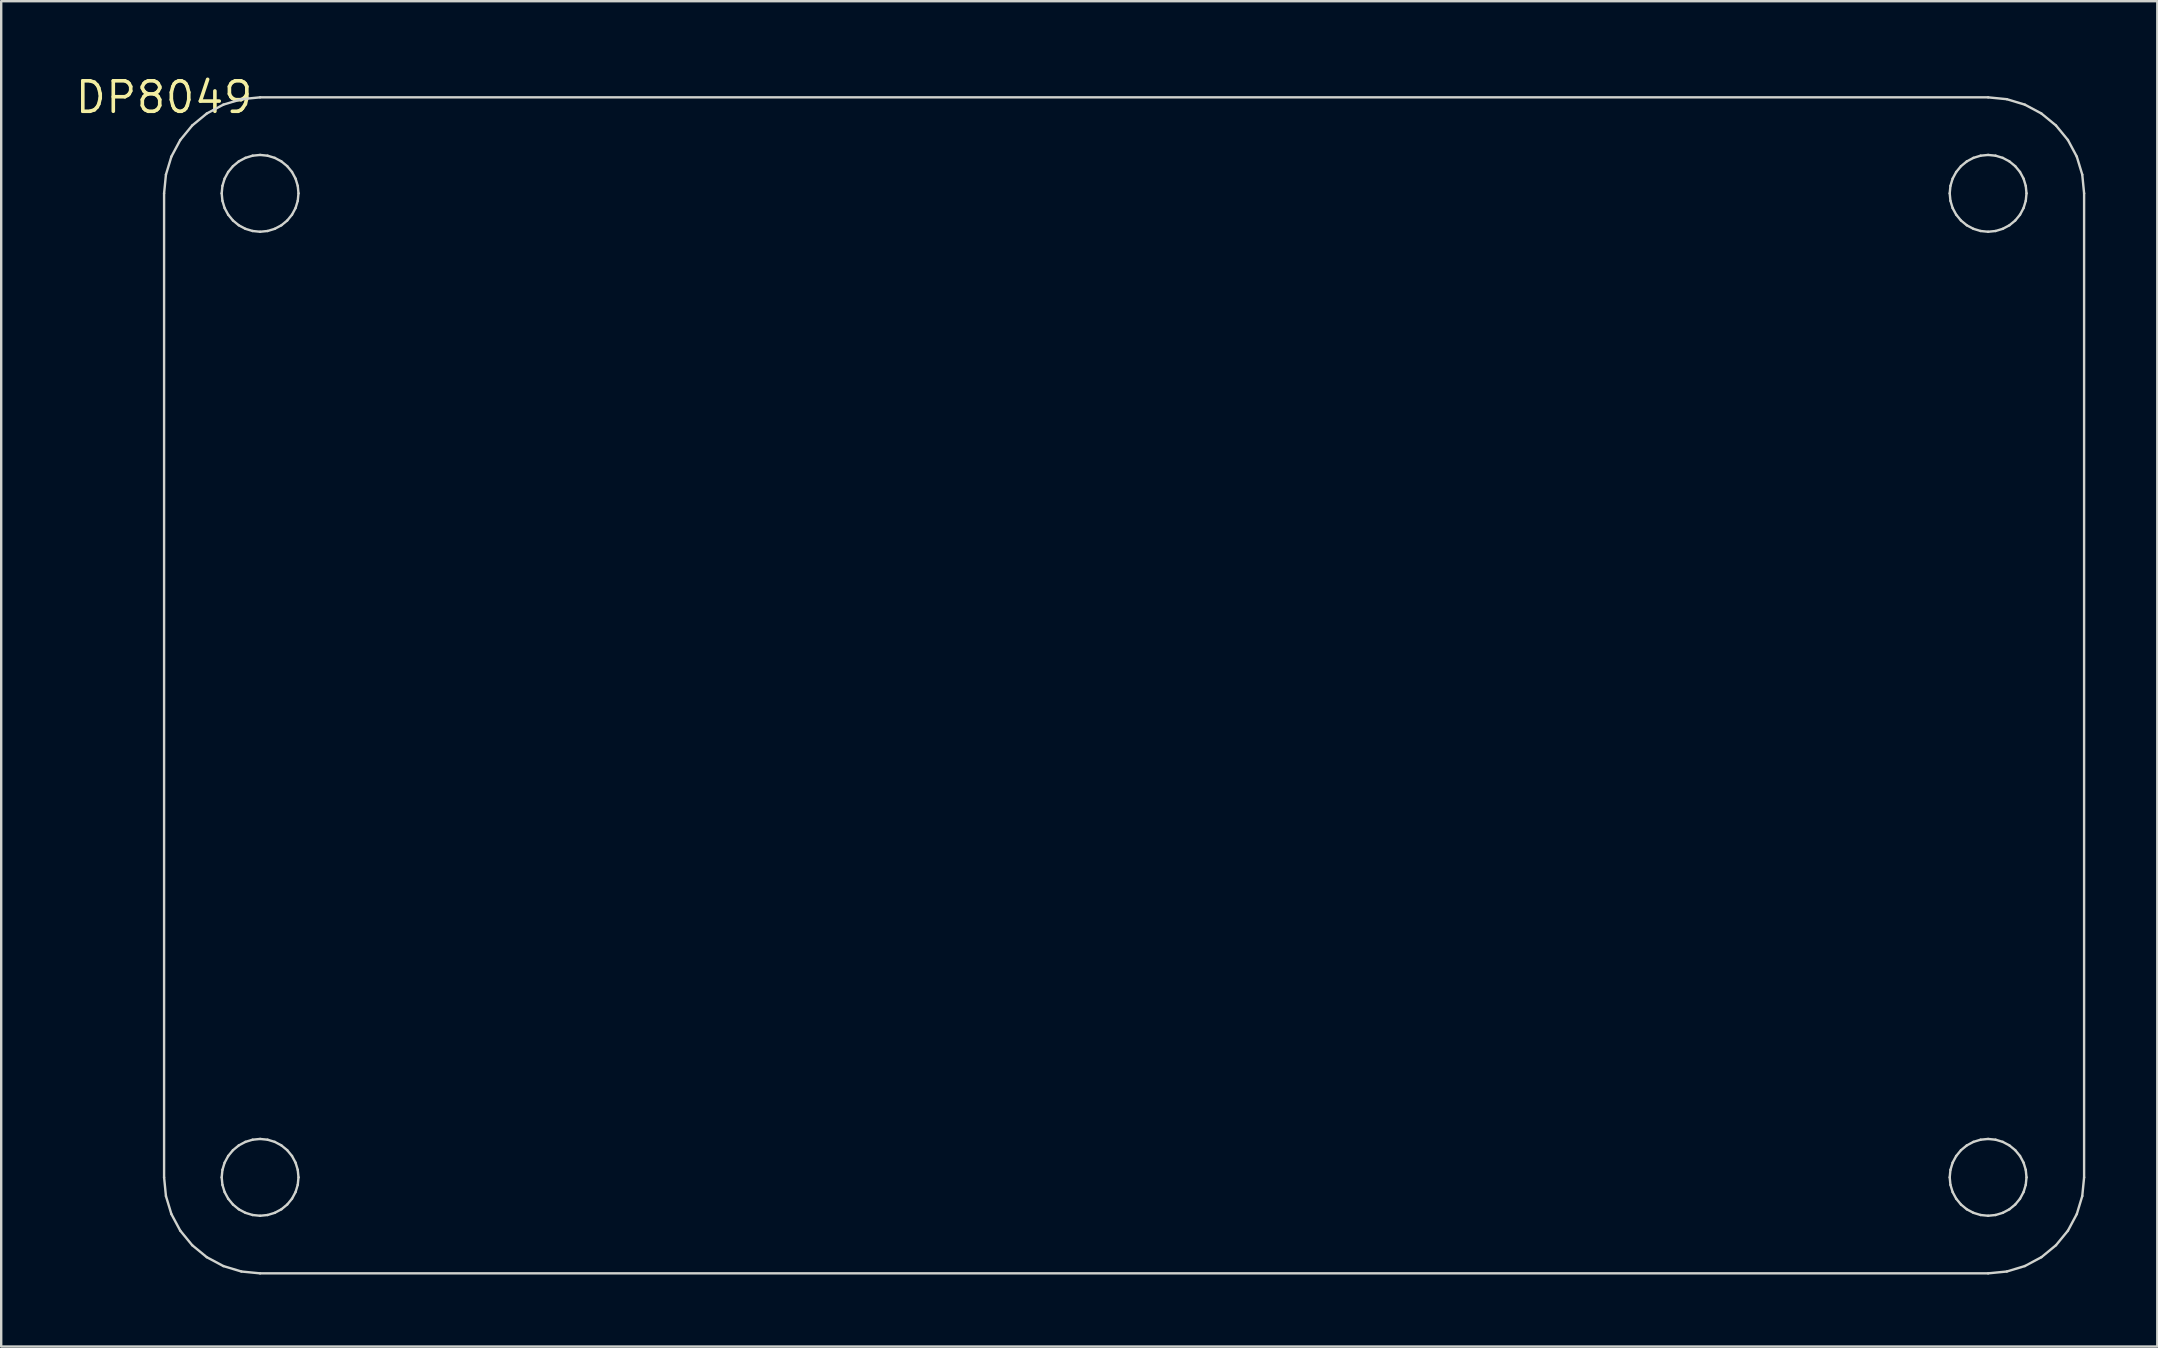
<source format=kicad_pcb>
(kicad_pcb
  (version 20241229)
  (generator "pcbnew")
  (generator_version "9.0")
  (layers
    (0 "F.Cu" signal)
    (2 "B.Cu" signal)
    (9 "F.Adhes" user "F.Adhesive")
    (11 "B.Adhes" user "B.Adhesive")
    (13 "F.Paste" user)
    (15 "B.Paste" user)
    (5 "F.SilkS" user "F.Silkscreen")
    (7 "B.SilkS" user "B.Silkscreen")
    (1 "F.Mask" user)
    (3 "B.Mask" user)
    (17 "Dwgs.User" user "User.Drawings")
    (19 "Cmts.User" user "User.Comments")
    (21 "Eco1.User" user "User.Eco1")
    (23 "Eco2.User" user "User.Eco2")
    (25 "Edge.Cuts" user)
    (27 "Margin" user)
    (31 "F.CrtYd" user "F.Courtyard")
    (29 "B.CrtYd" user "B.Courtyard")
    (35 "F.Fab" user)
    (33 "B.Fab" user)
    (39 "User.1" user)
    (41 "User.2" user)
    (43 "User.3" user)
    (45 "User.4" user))
  (footprint "DP8049"
    (layer "F.Cu")
    (at 3.787 1.006)
    (property "Reference" "DP8049" (at 0 0 0) (layer "F.SilkS") (effects (font (size 1.27 1.27) (thickness 0.15))))
    (attr through_hole)
    (fp_line (start 0 4) (end 0.077 3.22) (stroke (width 0.1) (type solid)) (layer "Edge.Cuts"))
    (fp_line (start 0 45) (end 0 4) (stroke (width 0.1) (type solid)) (layer "Edge.Cuts"))
    (fp_line (start 0.077 3.22) (end 0.304 2.469) (stroke (width 0.1) (type solid)) (layer "Edge.Cuts"))
    (fp_line (start 0.077 45.78) (end 0 45) (stroke (width 0.1) (type solid)) (layer "Edge.Cuts"))
    (fp_line (start 0.304 2.469) (end 0.674 1.778) (stroke (width 0.1) (type solid)) (layer "Edge.Cuts"))
    (fp_line (start 0.304 46.531) (end 0.077 45.78) (stroke (width 0.1) (type solid)) (layer "Edge.Cuts"))
    (fp_line (start 0.674 1.778) (end 1.172 1.172) (stroke (width 0.1) (type solid)) (layer "Edge.Cuts"))
    (fp_line (start 0.674 47.222) (end 0.304 46.531) (stroke (width 0.1) (type solid)) (layer "Edge.Cuts"))
    (fp_line (start 1.172 1.172) (end 1.778 0.674) (stroke (width 0.1) (type solid)) (layer "Edge.Cuts"))
    (fp_line (start 1.172 47.828) (end 0.674 47.222) (stroke (width 0.1) (type solid)) (layer "Edge.Cuts"))
    (fp_line (start 1.778 0.674) (end 2.469 0.304) (stroke (width 0.1) (type solid)) (layer "Edge.Cuts"))
    (fp_line (start 1.778 48.326) (end 1.172 47.828) (stroke (width 0.1) (type solid)) (layer "Edge.Cuts"))
    (fp_line (start 2.4 4) (end 2.431 4.312) (stroke (width 0.1) (type solid)) (layer "Edge.Cuts"))
    (fp_line (start 2.4 45) (end 2.431 45.312) (stroke (width 0.1) (type solid)) (layer "Edge.Cuts"))
    (fp_line (start 2.431 3.688) (end 2.4 4) (stroke (width 0.1) (type solid)) (layer "Edge.Cuts"))
    (fp_line (start 2.431 4.312) (end 2.522 4.612) (stroke (width 0.1) (type solid)) (layer "Edge.Cuts"))
    (fp_line (start 2.431 44.688) (end 2.4 45) (stroke (width 0.1) (type solid)) (layer "Edge.Cuts"))
    (fp_line (start 2.431 45.312) (end 2.522 45.612) (stroke (width 0.1) (type solid)) (layer "Edge.Cuts"))
    (fp_line (start 2.469 0.304) (end 3.22 0.077) (stroke (width 0.1) (type solid)) (layer "Edge.Cuts"))
    (fp_line (start 2.469 48.696) (end 1.778 48.326) (stroke (width 0.1) (type solid)) (layer "Edge.Cuts"))
    (fp_line (start 2.522 3.388) (end 2.431 3.688) (stroke (width 0.1) (type solid)) (layer "Edge.Cuts"))
    (fp_line (start 2.522 4.612) (end 2.67 4.889) (stroke (width 0.1) (type solid)) (layer "Edge.Cuts"))
    (fp_line (start 2.522 44.388) (end 2.431 44.688) (stroke (width 0.1) (type solid)) (layer "Edge.Cuts"))
    (fp_line (start 2.522 45.612) (end 2.67 45.889) (stroke (width 0.1) (type solid)) (layer "Edge.Cuts"))
    (fp_line (start 2.67 3.111) (end 2.522 3.388) (stroke (width 0.1) (type solid)) (layer "Edge.Cuts"))
    (fp_line (start 2.67 4.889) (end 2.869 5.131) (stroke (width 0.1) (type solid)) (layer "Edge.Cuts"))
    (fp_line (start 2.67 44.111) (end 2.522 44.388) (stroke (width 0.1) (type solid)) (layer "Edge.Cuts"))
    (fp_line (start 2.67 45.889) (end 2.869 46.131) (stroke (width 0.1) (type solid)) (layer "Edge.Cuts"))
    (fp_line (start 2.869 2.869) (end 2.67 3.111) (stroke (width 0.1) (type solid)) (layer "Edge.Cuts"))
    (fp_line (start 2.869 5.131) (end 3.111 5.33) (stroke (width 0.1) (type solid)) (layer "Edge.Cuts"))
    (fp_line (start 2.869 43.869) (end 2.67 44.111) (stroke (width 0.1) (type solid)) (layer "Edge.Cuts"))
    (fp_line (start 2.869 46.131) (end 3.111 46.33) (stroke (width 0.1) (type solid)) (layer "Edge.Cuts"))
    (fp_line (start 3.111 2.67) (end 2.869 2.869) (stroke (width 0.1) (type solid)) (layer "Edge.Cuts"))
    (fp_line (start 3.111 5.33) (end 3.388 5.478) (stroke (width 0.1) (type solid)) (layer "Edge.Cuts"))
    (fp_line (start 3.111 43.67) (end 2.869 43.869) (stroke (width 0.1) (type solid)) (layer "Edge.Cuts"))
    (fp_line (start 3.111 46.33) (end 3.388 46.478) (stroke (width 0.1) (type solid)) (layer "Edge.Cuts"))
    (fp_line (start 3.22 0.077) (end 4 0) (stroke (width 0.1) (type solid)) (layer "Edge.Cuts"))
    (fp_line (start 3.22 48.923) (end 2.469 48.696) (stroke (width 0.1) (type solid)) (layer "Edge.Cuts"))
    (fp_line (start 3.388 2.522) (end 3.111 2.67) (stroke (width 0.1) (type solid)) (layer "Edge.Cuts"))
    (fp_line (start 3.388 5.478) (end 3.688 5.569) (stroke (width 0.1) (type solid)) (layer "Edge.Cuts"))
    (fp_line (start 3.388 43.522) (end 3.111 43.67) (stroke (width 0.1) (type solid)) (layer "Edge.Cuts"))
    (fp_line (start 3.388 46.478) (end 3.688 46.569) (stroke (width 0.1) (type solid)) (layer "Edge.Cuts"))
    (fp_line (start 3.688 2.431) (end 3.388 2.522) (stroke (width 0.1) (type solid)) (layer "Edge.Cuts"))
    (fp_line (start 3.688 5.569) (end 4 5.6) (stroke (width 0.1) (type solid)) (layer "Edge.Cuts"))
    (fp_line (start 3.688 43.431) (end 3.388 43.522) (stroke (width 0.1) (type solid)) (layer "Edge.Cuts"))
    (fp_line (start 3.688 46.569) (end 4 46.6) (stroke (width 0.1) (type solid)) (layer "Edge.Cuts"))
    (fp_line (start 4 0) (end 76 0) (stroke (width 0.1) (type solid)) (layer "Edge.Cuts"))
    (fp_line (start 4 2.4) (end 3.688 2.431) (stroke (width 0.1) (type solid)) (layer "Edge.Cuts"))
    (fp_line (start 4 43.4) (end 3.688 43.431) (stroke (width 0.1) (type solid)) (layer "Edge.Cuts"))
    (fp_line (start 4 5.6) (end 4.312 5.569) (stroke (width 0.1) (type solid)) (layer "Edge.Cuts"))
    (fp_line (start 4 46.6) (end 4.312 46.569) (stroke (width 0.1) (type solid)) (layer "Edge.Cuts"))
    (fp_line (start 4 49) (end 3.22 48.923) (stroke (width 0.1) (type solid)) (layer "Edge.Cuts"))
    (fp_line (start 4.312 2.431) (end 4 2.4) (stroke (width 0.1) (type solid)) (layer "Edge.Cuts"))
    (fp_line (start 4.312 5.569) (end 4.612 5.478) (stroke (width 0.1) (type solid)) (layer "Edge.Cuts"))
    (fp_line (start 4.312 43.431) (end 4 43.4) (stroke (width 0.1) (type solid)) (layer "Edge.Cuts"))
    (fp_line (start 4.312 46.569) (end 4.612 46.478) (stroke (width 0.1) (type solid)) (layer "Edge.Cuts"))
    (fp_line (start 4.612 2.522) (end 4.312 2.431) (stroke (width 0.1) (type solid)) (layer "Edge.Cuts"))
    (fp_line (start 4.612 5.478) (end 4.889 5.33) (stroke (width 0.1) (type solid)) (layer "Edge.Cuts"))
    (fp_line (start 4.612 43.522) (end 4.312 43.431) (stroke (width 0.1) (type solid)) (layer "Edge.Cuts"))
    (fp_line (start 4.612 46.478) (end 4.889 46.33) (stroke (width 0.1) (type solid)) (layer "Edge.Cuts"))
    (fp_line (start 4.889 2.67) (end 4.612 2.522) (stroke (width 0.1) (type solid)) (layer "Edge.Cuts"))
    (fp_line (start 4.889 5.33) (end 5.131 5.131) (stroke (width 0.1) (type solid)) (layer "Edge.Cuts"))
    (fp_line (start 4.889 43.67) (end 4.612 43.522) (stroke (width 0.1) (type solid)) (layer "Edge.Cuts"))
    (fp_line (start 4.889 46.33) (end 5.131 46.131) (stroke (width 0.1) (type solid)) (layer "Edge.Cuts"))
    (fp_line (start 5.131 2.869) (end 4.889 2.67) (stroke (width 0.1) (type solid)) (layer "Edge.Cuts"))
    (fp_line (start 5.131 5.131) (end 5.33 4.889) (stroke (width 0.1) (type solid)) (layer "Edge.Cuts"))
    (fp_line (start 5.131 43.869) (end 4.889 43.67) (stroke (width 0.1) (type solid)) (layer "Edge.Cuts"))
    (fp_line (start 5.131 46.131) (end 5.33 45.889) (stroke (width 0.1) (type solid)) (layer "Edge.Cuts"))
    (fp_line (start 5.33 3.111) (end 5.131 2.869) (stroke (width 0.1) (type solid)) (layer "Edge.Cuts"))
    (fp_line (start 5.33 4.889) (end 5.478 4.612) (stroke (width 0.1) (type solid)) (layer "Edge.Cuts"))
    (fp_line (start 5.33 44.111) (end 5.131 43.869) (stroke (width 0.1) (type solid)) (layer "Edge.Cuts"))
    (fp_line (start 5.33 45.889) (end 5.478 45.612) (stroke (width 0.1) (type solid)) (layer "Edge.Cuts"))
    (fp_line (start 5.478 3.388) (end 5.33 3.111) (stroke (width 0.1) (type solid)) (layer "Edge.Cuts"))
    (fp_line (start 5.478 4.612) (end 5.569 4.312) (stroke (width 0.1) (type solid)) (layer "Edge.Cuts"))
    (fp_line (start 5.478 44.388) (end 5.33 44.111) (stroke (width 0.1) (type solid)) (layer "Edge.Cuts"))
    (fp_line (start 5.478 45.612) (end 5.569 45.312) (stroke (width 0.1) (type solid)) (layer "Edge.Cuts"))
    (fp_line (start 5.569 3.688) (end 5.478 3.388) (stroke (width 0.1) (type solid)) (layer "Edge.Cuts"))
    (fp_line (start 5.569 4.312) (end 5.6 4) (stroke (width 0.1) (type solid)) (layer "Edge.Cuts"))
    (fp_line (start 5.569 44.688) (end 5.478 44.388) (stroke (width 0.1) (type solid)) (layer "Edge.Cuts"))
    (fp_line (start 5.569 45.312) (end 5.6 45) (stroke (width 0.1) (type solid)) (layer "Edge.Cuts"))
    (fp_line (start 5.6 4) (end 5.569 3.688) (stroke (width 0.1) (type solid)) (layer "Edge.Cuts"))
    (fp_line (start 5.6 45) (end 5.569 44.688) (stroke (width 0.1) (type solid)) (layer "Edge.Cuts"))
    (fp_line (start 74.4 4) (end 74.431 4.312) (stroke (width 0.1) (type solid)) (layer "Edge.Cuts"))
    (fp_line (start 74.4 45) (end 74.431 45.312) (stroke (width 0.1) (type solid)) (layer "Edge.Cuts"))
    (fp_line (start 74.431 3.688) (end 74.4 4) (stroke (width 0.1) (type solid)) (layer "Edge.Cuts"))
    (fp_line (start 74.431 4.312) (end 74.522 4.612) (stroke (width 0.1) (type solid)) (layer "Edge.Cuts"))
    (fp_line (start 74.431 44.688) (end 74.4 45) (stroke (width 0.1) (type solid)) (layer "Edge.Cuts"))
    (fp_line (start 74.431 45.312) (end 74.522 45.612) (stroke (width 0.1) (type solid)) (layer "Edge.Cuts"))
    (fp_line (start 74.522 3.388) (end 74.431 3.688) (stroke (width 0.1) (type solid)) (layer "Edge.Cuts"))
    (fp_line (start 74.522 4.612) (end 74.67 4.889) (stroke (width 0.1) (type solid)) (layer "Edge.Cuts"))
    (fp_line (start 74.522 44.388) (end 74.431 44.688) (stroke (width 0.1) (type solid)) (layer "Edge.Cuts"))
    (fp_line (start 74.522 45.612) (end 74.67 45.889) (stroke (width 0.1) (type solid)) (layer "Edge.Cuts"))
    (fp_line (start 74.67 3.111) (end 74.522 3.388) (stroke (width 0.1) (type solid)) (layer "Edge.Cuts"))
    (fp_line (start 74.67 4.889) (end 74.869 5.131) (stroke (width 0.1) (type solid)) (layer "Edge.Cuts"))
    (fp_line (start 74.67 44.111) (end 74.522 44.388) (stroke (width 0.1) (type solid)) (layer "Edge.Cuts"))
    (fp_line (start 74.67 45.889) (end 74.869 46.131) (stroke (width 0.1) (type solid)) (layer "Edge.Cuts"))
    (fp_line (start 74.869 2.869) (end 74.67 3.111) (stroke (width 0.1) (type solid)) (layer "Edge.Cuts"))
    (fp_line (start 74.869 5.131) (end 75.111 5.33) (stroke (width 0.1) (type solid)) (layer "Edge.Cuts"))
    (fp_line (start 74.869 43.869) (end 74.67 44.111) (stroke (width 0.1) (type solid)) (layer "Edge.Cuts"))
    (fp_line (start 74.869 46.131) (end 75.111 46.33) (stroke (width 0.1) (type solid)) (layer "Edge.Cuts"))
    (fp_line (start 75.111 2.67) (end 74.869 2.869) (stroke (width 0.1) (type solid)) (layer "Edge.Cuts"))
    (fp_line (start 75.111 5.33) (end 75.388 5.478) (stroke (width 0.1) (type solid)) (layer "Edge.Cuts"))
    (fp_line (start 75.111 43.67) (end 74.869 43.869) (stroke (width 0.1) (type solid)) (layer "Edge.Cuts"))
    (fp_line (start 75.111 46.33) (end 75.388 46.478) (stroke (width 0.1) (type solid)) (layer "Edge.Cuts"))
    (fp_line (start 75.388 2.522) (end 75.111 2.67) (stroke (width 0.1) (type solid)) (layer "Edge.Cuts"))
    (fp_line (start 75.388 5.478) (end 75.688 5.569) (stroke (width 0.1) (type solid)) (layer "Edge.Cuts"))
    (fp_line (start 75.388 43.522) (end 75.111 43.67) (stroke (width 0.1) (type solid)) (layer "Edge.Cuts"))
    (fp_line (start 75.388 46.478) (end 75.688 46.569) (stroke (width 0.1) (type solid)) (layer "Edge.Cuts"))
    (fp_line (start 75.688 2.431) (end 75.388 2.522) (stroke (width 0.1) (type solid)) (layer "Edge.Cuts"))
    (fp_line (start 75.688 5.569) (end 76 5.6) (stroke (width 0.1) (type solid)) (layer "Edge.Cuts"))
    (fp_line (start 75.688 43.431) (end 75.388 43.522) (stroke (width 0.1) (type solid)) (layer "Edge.Cuts"))
    (fp_line (start 75.688 46.569) (end 76 46.6) (stroke (width 0.1) (type solid)) (layer "Edge.Cuts"))
    (fp_line (start 76 0) (end 76.78 0.077) (stroke (width 0.1) (type solid)) (layer "Edge.Cuts"))
    (fp_line (start 76 2.4) (end 75.688 2.431) (stroke (width 0.1) (type solid)) (layer "Edge.Cuts"))
    (fp_line (start 76 5.6) (end 76.312 5.569) (stroke (width 0.1) (type solid)) (layer "Edge.Cuts"))
    (fp_line (start 76 43.4) (end 75.688 43.431) (stroke (width 0.1) (type solid)) (layer "Edge.Cuts"))
    (fp_line (start 76 46.6) (end 76.312 46.569) (stroke (width 0.1) (type solid)) (layer "Edge.Cuts"))
    (fp_line (start 76 49) (end 4 49) (stroke (width 0.1) (type solid)) (layer "Edge.Cuts"))
    (fp_line (start 76.312 2.431) (end 76 2.4) (stroke (width 0.1) (type solid)) (layer "Edge.Cuts"))
    (fp_line (start 76.312 5.569) (end 76.612 5.478) (stroke (width 0.1) (type solid)) (layer "Edge.Cuts"))
    (fp_line (start 76.312 43.431) (end 76 43.4) (stroke (width 0.1) (type solid)) (layer "Edge.Cuts"))
    (fp_line (start 76.312 46.569) (end 76.612 46.478) (stroke (width 0.1) (type solid)) (layer "Edge.Cuts"))
    (fp_line (start 76.612 2.522) (end 76.312 2.431) (stroke (width 0.1) (type solid)) (layer "Edge.Cuts"))
    (fp_line (start 76.612 5.478) (end 76.889 5.33) (stroke (width 0.1) (type solid)) (layer "Edge.Cuts"))
    (fp_line (start 76.612 43.522) (end 76.312 43.431) (stroke (width 0.1) (type solid)) (layer "Edge.Cuts"))
    (fp_line (start 76.612 46.478) (end 76.889 46.33) (stroke (width 0.1) (type solid)) (layer "Edge.Cuts"))
    (fp_line (start 76.78 0.077) (end 77.531 0.304) (stroke (width 0.1) (type solid)) (layer "Edge.Cuts"))
    (fp_line (start 76.78 48.923) (end 76 49) (stroke (width 0.1) (type solid)) (layer "Edge.Cuts"))
    (fp_line (start 76.889 2.67) (end 76.612 2.522) (stroke (width 0.1) (type solid)) (layer "Edge.Cuts"))
    (fp_line (start 76.889 5.33) (end 77.131 5.131) (stroke (width 0.1) (type solid)) (layer "Edge.Cuts"))
    (fp_line (start 76.889 43.67) (end 76.612 43.522) (stroke (width 0.1) (type solid)) (layer "Edge.Cuts"))
    (fp_line (start 76.889 46.33) (end 77.131 46.131) (stroke (width 0.1) (type solid)) (layer "Edge.Cuts"))
    (fp_line (start 77.131 2.869) (end 76.889 2.67) (stroke (width 0.1) (type solid)) (layer "Edge.Cuts"))
    (fp_line (start 77.131 5.131) (end 77.33 4.889) (stroke (width 0.1) (type solid)) (layer "Edge.Cuts"))
    (fp_line (start 77.131 43.869) (end 76.889 43.67) (stroke (width 0.1) (type solid)) (layer "Edge.Cuts"))
    (fp_line (start 77.131 46.131) (end 77.33 45.889) (stroke (width 0.1) (type solid)) (layer "Edge.Cuts"))
    (fp_line (start 77.33 3.111) (end 77.131 2.869) (stroke (width 0.1) (type solid)) (layer "Edge.Cuts"))
    (fp_line (start 77.33 4.889) (end 77.478 4.612) (stroke (width 0.1) (type solid)) (layer "Edge.Cuts"))
    (fp_line (start 77.33 44.111) (end 77.131 43.869) (stroke (width 0.1) (type solid)) (layer "Edge.Cuts"))
    (fp_line (start 77.33 45.889) (end 77.478 45.612) (stroke (width 0.1) (type solid)) (layer "Edge.Cuts"))
    (fp_line (start 77.478 3.388) (end 77.33 3.111) (stroke (width 0.1) (type solid)) (layer "Edge.Cuts"))
    (fp_line (start 77.478 4.612) (end 77.569 4.312) (stroke (width 0.1) (type solid)) (layer "Edge.Cuts"))
    (fp_line (start 77.478 44.388) (end 77.33 44.111) (stroke (width 0.1) (type solid)) (layer "Edge.Cuts"))
    (fp_line (start 77.478 45.612) (end 77.569 45.312) (stroke (width 0.1) (type solid)) (layer "Edge.Cuts"))
    (fp_line (start 77.531 0.304) (end 78.222 0.674) (stroke (width 0.1) (type solid)) (layer "Edge.Cuts"))
    (fp_line (start 77.531 48.696) (end 76.78 48.923) (stroke (width 0.1) (type solid)) (layer "Edge.Cuts"))
    (fp_line (start 77.569 3.688) (end 77.478 3.388) (stroke (width 0.1) (type solid)) (layer "Edge.Cuts"))
    (fp_line (start 77.569 4.312) (end 77.6 4) (stroke (width 0.1) (type solid)) (layer "Edge.Cuts"))
    (fp_line (start 77.569 44.688) (end 77.478 44.388) (stroke (width 0.1) (type solid)) (layer "Edge.Cuts"))
    (fp_line (start 77.569 45.312) (end 77.6 45) (stroke (width 0.1) (type solid)) (layer "Edge.Cuts"))
    (fp_line (start 77.6 4) (end 77.569 3.688) (stroke (width 0.1) (type solid)) (layer "Edge.Cuts"))
    (fp_line (start 77.6 45) (end 77.569 44.688) (stroke (width 0.1) (type solid)) (layer "Edge.Cuts"))
    (fp_line (start 78.222 0.674) (end 78.828 1.172) (stroke (width 0.1) (type solid)) (layer "Edge.Cuts"))
    (fp_line (start 78.222 48.326) (end 77.531 48.696) (stroke (width 0.1) (type solid)) (layer "Edge.Cuts"))
    (fp_line (start 78.828 1.172) (end 79.326 1.778) (stroke (width 0.1) (type solid)) (layer "Edge.Cuts"))
    (fp_line (start 78.828 47.828) (end 78.222 48.326) (stroke (width 0.1) (type solid)) (layer "Edge.Cuts"))
    (fp_line (start 79.326 1.778) (end 79.695 2.469) (stroke (width 0.1) (type solid)) (layer "Edge.Cuts"))
    (fp_line (start 79.326 47.222) (end 78.828 47.828) (stroke (width 0.1) (type solid)) (layer "Edge.Cuts"))
    (fp_line (start 79.695 2.469) (end 79.923 3.22) (stroke (width 0.1) (type solid)) (layer "Edge.Cuts"))
    (fp_line (start 79.695 46.531) (end 79.326 47.222) (stroke (width 0.1) (type solid)) (layer "Edge.Cuts"))
    (fp_line (start 79.923 3.22) (end 80 4) (stroke (width 0.1) (type solid)) (layer "Edge.Cuts"))
    (fp_line (start 79.923 45.78) (end 79.695 46.531) (stroke (width 0.1) (type solid)) (layer "Edge.Cuts"))
    (fp_line (start 80 4) (end 80 45) (stroke (width 0.1) (type solid)) (layer "Edge.Cuts"))
    (fp_line (start 80 45) (end 79.923 45.78) (stroke (width 0.1) (type solid)) (layer "Edge.Cuts")))
  (gr_rect
    (start -3 -3)
    (end 86.837 53.056)
    (stroke (width 0.1) (type default))
    (fill no)
    (layer "Edge.Cuts")))
</source>
